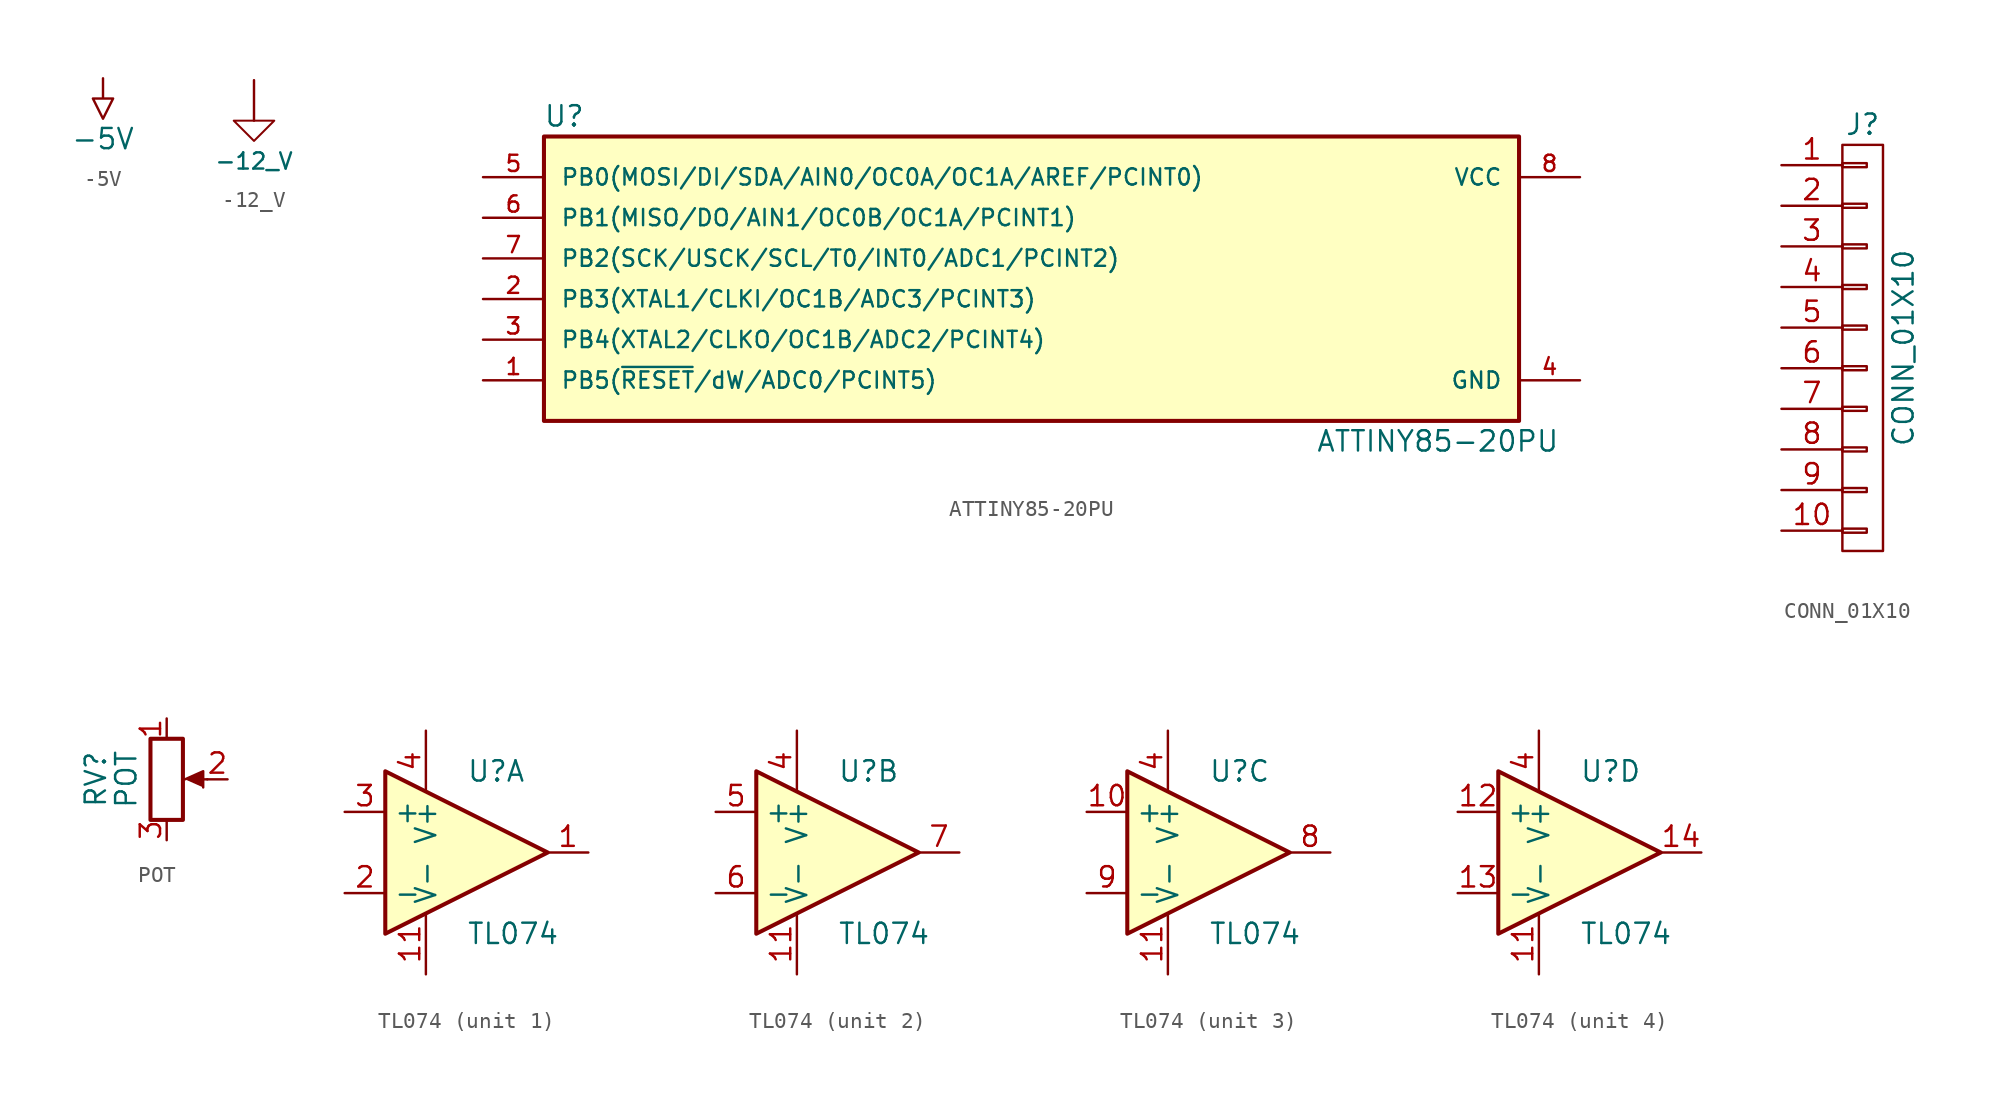
<source format=kicad_sym>
(kicad_symbol_lib
  (version 20220914)
  (generator kicad_symbol_editor)
  (symbol "-5V"
    (pin_names
      (offset 0))
    (property "Reference" "#PWR"
      (at 0 0 0)
      (effects (font (size 1.27 1.27)) hide))
    (property "Value" "-5V"
      (at 0 -3.81 0)
      (effects (font (size 1.27 1.27))))
    (symbol "-5V_1_0"
      (pin power_in line (at 0 0 270) (length 0) hide (name "-5V" (effects (font (size 1.27 1.27)))) (number "1" (effects (font (size 1.27 1.27))))))
    (symbol "-5V_1_1"
      (polyline (pts (xy 0 0) (xy 0 -1.27) (xy 0.635 -1.27) (xy 0 -2.54) (xy -0.635 -1.27) (xy 0 -1.27)) (stroke (width 0) (type solid)) (fill (type none)))))
  (symbol "-12_V"
    (power)
    (pin_names
      (offset 0))
    (property "Reference" "V"
      (at -1.27 -1.27 0)
      (effects (font (size 1.016 1.016)) hide))
    (property "Value" "-12_V"
      (at 0 -5.08 0)
      (effects (font (size 1.016 1.016))))
    (symbol "-12_V_0_1"
      (polyline (pts (xy 0 -2.54) (xy 0 0)) (stroke (width 0) (type solid)) (fill (type none)))
      (polyline (pts (xy -1.27 -2.54) (xy 1.27 -2.54) (xy 0 -3.81) (xy -1.27 -2.54)) (stroke (width 0.127) (type solid)) (fill (type none))))
    (symbol "-12_V_1_1"
      (pin power_in line (at 0 0 270) (length 0) hide (name "-12V" (effects (font (size 0.635 0.635)))) (number "1" (effects (font (size 1.27 1.27)))))))
  (symbol "ATTINY85-20PU"
    (pin_names
      (offset 1.016))
    (property "Reference" "U"
      (at -29.21 10.16 0)
      (effects (font (size 1.27 1.27))))
    (property "Value" "ATTINY85-20PU"
      (at 25.4 -10.16 0)
      (effects (font (size 1.27 1.27))))
    (symbol "ATTINY85-20PU_0_1"
      (rectangle (start -30.48 8.89) (end 30.48 -8.89) (stroke (width 0.254) (type solid)) (fill (type background))))
    (symbol "ATTINY85-20PU_1_1"
      (pin bidirectional line (at -34.29 -6.35 0) (length 3.81) (name "PB5(~{RESET}/dW/ADC0/PCINT5)" (effects (font (size 1.016 1.016)))) (number "1" (effects (font (size 1.016 1.016)))))
      (pin bidirectional line (at -34.29 -1.27 0) (length 3.81) (name "PB3(XTAL1/CLKI/OC1B/ADC3/PCINT3)" (effects (font (size 1.016 1.016)))) (number "2" (effects (font (size 1.016 1.016)))))
      (pin bidirectional line (at -34.29 -3.81 0) (length 3.81) (name "PB4(XTAL2/CLKO/OC1B/ADC2/PCINT4)" (effects (font (size 1.016 1.016)))) (number "3" (effects (font (size 1.016 1.016)))))
      (pin power_in line (at 34.29 -6.35 180) (length 3.81) (name "GND" (effects (font (size 1.016 1.016)))) (number "4" (effects (font (size 1.016 1.016)))))
      (pin bidirectional line (at -34.29 6.35 0) (length 3.81) (name "PB0(MOSI/DI/SDA/AIN0/OC0A/OC1A/AREF/PCINT0)" (effects (font (size 1.016 1.016)))) (number "5" (effects (font (size 1.016 1.016)))))
      (pin bidirectional line (at -34.29 3.81 0) (length 3.81) (name "PB1(MISO/DO/AIN1/OC0B/OC1A/PCINT1)" (effects (font (size 1.016 1.016)))) (number "6" (effects (font (size 1.016 1.016)))))
      (pin bidirectional line (at -34.29 1.27 0) (length 3.81) (name "PB2(SCK/USCK/SCL/T0/INT0/ADC1/PCINT2)" (effects (font (size 1.016 1.016)))) (number "7" (effects (font (size 1.016 1.016)))))
      (pin power_in line (at 34.29 6.35 180) (length 3.81) (name "VCC" (effects (font (size 1.016 1.016)))) (number "8" (effects (font (size 1.016 1.016)))))))
  (symbol "CONN_01X10"
    (pin_names
      (offset 1.016) hide)
    (property "Reference" "J"
      (at 0 13.97 0)
      (effects (font (size 1.27 1.27))))
    (property "Value" "CONN_01X10"
      (at 2.54 0 90)
      (effects (font (size 1.27 1.27))))
    (symbol "CONN_01X10_0_1"
      (rectangle (start -1.27 -11.303) (end 0.254 -11.557) (stroke (width 0) (type solid)) (fill (type none)))
      (rectangle (start -1.27 -8.763) (end 0.254 -9.017) (stroke (width 0) (type solid)) (fill (type none)))
      (rectangle (start -1.27 -6.223) (end 0.254 -6.477) (stroke (width 0) (type solid)) (fill (type none)))
      (rectangle (start -1.27 -3.683) (end 0.254 -3.937) (stroke (width 0) (type solid)) (fill (type none)))
      (rectangle (start -1.27 -1.143) (end 0.254 -1.397) (stroke (width 0) (type solid)) (fill (type none)))
      (rectangle (start -1.27 1.397) (end 0.254 1.143) (stroke (width 0) (type solid)) (fill (type none)))
      (rectangle (start -1.27 3.937) (end 0.254 3.683) (stroke (width 0) (type solid)) (fill (type none)))
      (rectangle (start -1.27 6.477) (end 0.254 6.223) (stroke (width 0) (type solid)) (fill (type none)))
      (rectangle (start -1.27 9.017) (end 0.254 8.763) (stroke (width 0) (type solid)) (fill (type none)))
      (rectangle (start -1.27 11.557) (end 0.254 11.303) (stroke (width 0) (type solid)) (fill (type none)))
      (rectangle (start -1.27 12.7) (end 1.27 -12.7) (stroke (width 0) (type solid)) (fill (type none))))
    (symbol "CONN_01X10_1_1"
      (pin passive line (at -5.08 11.43 0) (length 3.81) (name "P1" (effects (font (size 1.27 1.27)))) (number "1" (effects (font (size 1.27 1.27)))))
      (pin passive line (at -5.08 -11.43 0) (length 3.81) (name "P10" (effects (font (size 1.27 1.27)))) (number "10" (effects (font (size 1.27 1.27)))))
      (pin passive line (at -5.08 8.89 0) (length 3.81) (name "P2" (effects (font (size 1.27 1.27)))) (number "2" (effects (font (size 1.27 1.27)))))
      (pin passive line (at -5.08 6.35 0) (length 3.81) (name "P3" (effects (font (size 1.27 1.27)))) (number "3" (effects (font (size 1.27 1.27)))))
      (pin passive line (at -5.08 3.81 0) (length 3.81) (name "P4" (effects (font (size 1.27 1.27)))) (number "4" (effects (font (size 1.27 1.27)))))
      (pin passive line (at -5.08 1.27 0) (length 3.81) (name "P5" (effects (font (size 1.27 1.27)))) (number "5" (effects (font (size 1.27 1.27)))))
      (pin passive line (at -5.08 -1.27 0) (length 3.81) (name "P6" (effects (font (size 1.27 1.27)))) (number "6" (effects (font (size 1.27 1.27)))))
      (pin passive line (at -5.08 -3.81 0) (length 3.81) (name "P7" (effects (font (size 1.27 1.27)))) (number "7" (effects (font (size 1.27 1.27)))))
      (pin passive line (at -5.08 -6.35 0) (length 3.81) (name "P8" (effects (font (size 1.27 1.27)))) (number "8" (effects (font (size 1.27 1.27)))))
      (pin passive line (at -5.08 -8.89 0) (length 3.81) (name "P9" (effects (font (size 1.27 1.27)))) (number "9" (effects (font (size 1.27 1.27)))))))
  (symbol "POT"
    (pin_names
      (offset 1.016) hide)
    (property "Reference" "RV"
      (at -4.445 0 90)
      (effects (font (size 1.27 1.27))))
    (property "Value" "POT"
      (at -2.54 0 90)
      (effects (font (size 1.27 1.27))))
    (symbol "POT_0_1"
      (polyline (pts (xy 2.54 0) (xy 1.524 0)) (stroke (width 0) (type solid)) (fill (type none)))
      (polyline (pts (xy 1.143 0) (xy 2.286 0.508) (xy 2.286 -0.508)) (stroke (width 0) (type solid)) (fill (type outline)))
      (rectangle (start 1.016 2.54) (end -1.016 -2.54) (stroke (width 0.254) (type solid)) (fill (type none))))
    (symbol "POT_1_1"
      (pin input line (at 0 3.81 270) (length 1.27) (name "1" (effects (font (size 1.27 1.27)))) (number "1" (effects (font (size 1.27 1.27)))))
      (pin passive line (at 3.81 0 180) (length 1.27) (name "2" (effects (font (size 1.27 1.27)))) (number "2" (effects (font (size 1.27 1.27)))))
      (pin passive line (at 0 -3.81 90) (length 1.27) (name "3" (effects (font (size 1.27 1.27)))) (number "3" (effects (font (size 1.27 1.27)))))))
  (symbol "TL074"
    (property "Reference" "U"
      (at 0 5.08 0)
      (effects (font (size 1.27 1.27)) (justify left)))
    (property "Value" "TL074"
      (at 0 -5.08 0)
      (effects (font (size 1.27 1.27)) (justify left)))
    (symbol "TL074_0_1"
      (polyline (pts (xy -5.08 5.08) (xy 5.08 0) (xy -5.08 -5.08) (xy -5.08 5.08)) (stroke (width 0.254) (type solid)) (fill (type background)))
      (pin power_in line (at -2.54 -7.62 90) (length 3.81) (name "V-" (effects (font (size 1.27 1.27)))) (number "11" (effects (font (size 1.27 1.27)))))
      (pin power_in line (at -2.54 7.62 270) (length 3.81) (name "V+" (effects (font (size 1.27 1.27)))) (number "4" (effects (font (size 1.27 1.27))))))
    (symbol "TL074_1_1"
      (pin output line (at 7.62 0 180) (length 2.54) (name "~" (effects (font (size 1.27 1.27)))) (number "1" (effects (font (size 1.27 1.27)))))
      (pin input line (at -7.62 -2.54 0) (length 2.54) (name "-" (effects (font (size 1.27 1.27)))) (number "2" (effects (font (size 1.27 1.27)))))
      (pin input line (at -7.62 2.54 0) (length 2.54) (name "+" (effects (font (size 1.27 1.27)))) (number "3" (effects (font (size 1.27 1.27))))))
    (symbol "TL074_2_1"
      (pin input line (at -7.62 2.54 0) (length 2.54) (name "+" (effects (font (size 1.27 1.27)))) (number "5" (effects (font (size 1.27 1.27)))))
      (pin input line (at -7.62 -2.54 0) (length 2.54) (name "-" (effects (font (size 1.27 1.27)))) (number "6" (effects (font (size 1.27 1.27)))))
      (pin output line (at 7.62 0 180) (length 2.54) (name "~" (effects (font (size 1.27 1.27)))) (number "7" (effects (font (size 1.27 1.27))))))
    (symbol "TL074_3_1"
      (pin input line (at -7.62 2.54 0) (length 2.54) (name "+" (effects (font (size 1.27 1.27)))) (number "10" (effects (font (size 1.27 1.27)))))
      (pin output line (at 7.62 0 180) (length 2.54) (name "~" (effects (font (size 1.27 1.27)))) (number "8" (effects (font (size 1.27 1.27)))))
      (pin input line (at -7.62 -2.54 0) (length 2.54) (name "-" (effects (font (size 1.27 1.27)))) (number "9" (effects (font (size 1.27 1.27))))))
    (symbol "TL074_4_1"
      (pin input line (at -7.62 2.54 0) (length 2.54) (name "+" (effects (font (size 1.27 1.27)))) (number "12" (effects (font (size 1.27 1.27)))))
      (pin input line (at -7.62 -2.54 0) (length 2.54) (name "-" (effects (font (size 1.27 1.27)))) (number "13" (effects (font (size 1.27 1.27)))))
      (pin output line (at 7.62 0 180) (length 2.54) (name "~" (effects (font (size 1.27 1.27)))) (number "14" (effects (font (size 1.27 1.27))))))))
</source>
